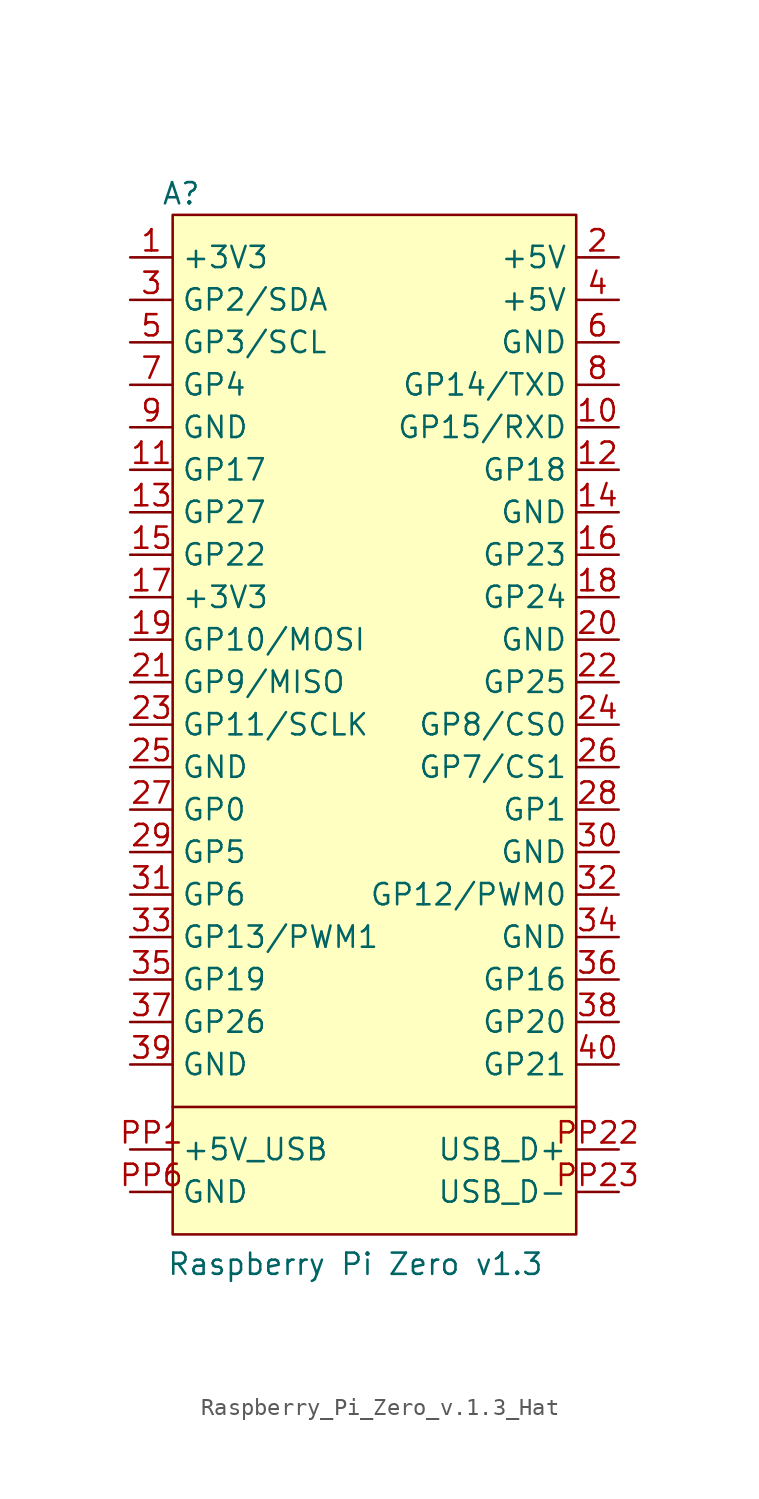
<source format=kicad_sym>
(kicad_symbol_lib
  (version 20231120)
  (generator "kicad_symbol_editor")
  (generator_version "8.0")
  (symbol "Raspberry_Pi_Zero_v.1.3_Hat"
    (property "Reference" "A"
      (at 3.048 3.81 0)
      (effects (font (size 1.27 1.27))))
    (property "Value" "Raspberry Pi Zero v1.3"
      (at 13.462 -60.198 0)
      (effects (font (size 1.27 1.27))))
    (symbol "Raspberry_Pi_Zero_v.1.3_Hat_1_1"
      (polyline (pts (xy 2.54 -50.8) (xy 26.67 -50.8)) (stroke (width 0) (type default)) (fill (type none)))
      (rectangle (start 2.54 2.54) (end 26.67 -58.42) (stroke (width 0) (type default)) (fill (type background)))
      (pin input line (at 0 0 0) (length 2.54) (name "+3V3" (effects (font (size 1.27 1.27)))) (number "1" (effects (font (size 1.27 1.27)))))
      (pin input line (at 29.21 -10.16 180) (length 2.54) (name "GP15/RXD" (effects (font (size 1.27 1.27)))) (number "10" (effects (font (size 1.27 1.27)))))
      (pin input line (at 0 -12.7 0) (length 2.54) (name "GP17" (effects (font (size 1.27 1.27)))) (number "11" (effects (font (size 1.27 1.27)))))
      (pin input line (at 29.21 -12.7 180) (length 2.54) (name "GP18" (effects (font (size 1.27 1.27)))) (number "12" (effects (font (size 1.27 1.27)))))
      (pin input line (at 0 -15.24 0) (length 2.54) (name "GP27" (effects (font (size 1.27 1.27)))) (number "13" (effects (font (size 1.27 1.27)))))
      (pin input line (at 29.21 -15.24 180) (length 2.54) (name "GND" (effects (font (size 1.27 1.27)))) (number "14" (effects (font (size 1.27 1.27)))))
      (pin input line (at 0 -17.78 0) (length 2.54) (name "GP22" (effects (font (size 1.27 1.27)))) (number "15" (effects (font (size 1.27 1.27)))))
      (pin input line (at 29.21 -17.78 180) (length 2.54) (name "GP23" (effects (font (size 1.27 1.27)))) (number "16" (effects (font (size 1.27 1.27)))))
      (pin input line (at 0 -20.32 0) (length 2.54) (name "+3V3" (effects (font (size 1.27 1.27)))) (number "17" (effects (font (size 1.27 1.27)))))
      (pin input line (at 29.21 -20.32 180) (length 2.54) (name "GP24" (effects (font (size 1.27 1.27)))) (number "18" (effects (font (size 1.27 1.27)))))
      (pin input line (at 0 -22.86 0) (length 2.54) (name "GP10/MOSI" (effects (font (size 1.27 1.27)))) (number "19" (effects (font (size 1.27 1.27)))))
      (pin input line (at 29.21 0 180) (length 2.54) (name "+5V" (effects (font (size 1.27 1.27)))) (number "2" (effects (font (size 1.27 1.27)))))
      (pin input line (at 29.21 -22.86 180) (length 2.54) (name "GND" (effects (font (size 1.27 1.27)))) (number "20" (effects (font (size 1.27 1.27)))))
      (pin input line (at 0 -25.4 0) (length 2.54) (name "GP9/MISO" (effects (font (size 1.27 1.27)))) (number "21" (effects (font (size 1.27 1.27)))))
      (pin input line (at 29.21 -25.4 180) (length 2.54) (name "GP25" (effects (font (size 1.27 1.27)))) (number "22" (effects (font (size 1.27 1.27)))))
      (pin input line (at 0 -27.94 0) (length 2.54) (name "GP11/SCLK" (effects (font (size 1.27 1.27)))) (number "23" (effects (font (size 1.27 1.27)))))
      (pin input line (at 29.21 -27.94 180) (length 2.54) (name "GP8/CS0" (effects (font (size 1.27 1.27)))) (number "24" (effects (font (size 1.27 1.27)))))
      (pin input line (at 0 -30.48 0) (length 2.54) (name "GND" (effects (font (size 1.27 1.27)))) (number "25" (effects (font (size 1.27 1.27)))))
      (pin input line (at 29.21 -30.48 180) (length 2.54) (name "GP7/CS1" (effects (font (size 1.27 1.27)))) (number "26" (effects (font (size 1.27 1.27)))))
      (pin input line (at 0 -33.02 0) (length 2.54) (name "GP0" (effects (font (size 1.27 1.27)))) (number "27" (effects (font (size 1.27 1.27)))))
      (pin input line (at 29.21 -33.02 180) (length 2.54) (name "GP1" (effects (font (size 1.27 1.27)))) (number "28" (effects (font (size 1.27 1.27)))))
      (pin input line (at 0 -35.56 0) (length 2.54) (name "GP5" (effects (font (size 1.27 1.27)))) (number "29" (effects (font (size 1.27 1.27)))))
      (pin input line (at 0 -2.54 0) (length 2.54) (name "GP2/SDA" (effects (font (size 1.27 1.27)))) (number "3" (effects (font (size 1.27 1.27)))))
      (pin input line (at 29.21 -35.56 180) (length 2.54) (name "GND" (effects (font (size 1.27 1.27)))) (number "30" (effects (font (size 1.27 1.27)))))
      (pin input line (at 0 -38.1 0) (length 2.54) (name "GP6" (effects (font (size 1.27 1.27)))) (number "31" (effects (font (size 1.27 1.27)))))
      (pin input line (at 29.21 -38.1 180) (length 2.54) (name "GP12/PWM0" (effects (font (size 1.27 1.27)))) (number "32" (effects (font (size 1.27 1.27)))))
      (pin input line (at 0 -40.64 0) (length 2.54) (name "GP13/PWM1" (effects (font (size 1.27 1.27)))) (number "33" (effects (font (size 1.27 1.27)))))
      (pin input line (at 29.21 -40.64 180) (length 2.54) (name "GND" (effects (font (size 1.27 1.27)))) (number "34" (effects (font (size 1.27 1.27)))))
      (pin input line (at 0 -43.18 0) (length 2.54) (name "GP19" (effects (font (size 1.27 1.27)))) (number "35" (effects (font (size 1.27 1.27)))))
      (pin input line (at 29.21 -43.18 180) (length 2.54) (name "GP16" (effects (font (size 1.27 1.27)))) (number "36" (effects (font (size 1.27 1.27)))))
      (pin input line (at 0 -45.72 0) (length 2.54) (name "GP26" (effects (font (size 1.27 1.27)))) (number "37" (effects (font (size 1.27 1.27)))))
      (pin input line (at 29.21 -45.72 180) (length 2.54) (name "GP20" (effects (font (size 1.27 1.27)))) (number "38" (effects (font (size 1.27 1.27)))))
      (pin input line (at 0 -48.26 0) (length 2.54) (name "GND" (effects (font (size 1.27 1.27)))) (number "39" (effects (font (size 1.27 1.27)))))
      (pin input line (at 29.21 -2.54 180) (length 2.54) (name "+5V" (effects (font (size 1.27 1.27)))) (number "4" (effects (font (size 1.27 1.27)))))
      (pin input line (at 29.21 -48.26 180) (length 2.54) (name "GP21" (effects (font (size 1.27 1.27)))) (number "40" (effects (font (size 1.27 1.27)))))
      (pin input line (at 0 -5.08 0) (length 2.54) (name "GP3/SCL" (effects (font (size 1.27 1.27)))) (number "5" (effects (font (size 1.27 1.27)))))
      (pin input line (at 29.21 -5.08 180) (length 2.54) (name "GND" (effects (font (size 1.27 1.27)))) (number "6" (effects (font (size 1.27 1.27)))))
      (pin input line (at 0 -7.62 0) (length 2.54) (name "GP4" (effects (font (size 1.27 1.27)))) (number "7" (effects (font (size 1.27 1.27)))))
      (pin input line (at 29.21 -7.62 180) (length 2.54) (name "GP14/TXD" (effects (font (size 1.27 1.27)))) (number "8" (effects (font (size 1.27 1.27)))))
      (pin input line (at 0 -10.16 0) (length 2.54) (name "GND" (effects (font (size 1.27 1.27)))) (number "9" (effects (font (size 1.27 1.27)))))
      (pin input line (at 0 -53.34 0) (length 2.54) (name "+5V_USB" (effects (font (size 1.27 1.27)))) (number "PP1" (effects (font (size 1.27 1.27)))))
      (pin input line (at 29.21 -53.34 180) (length 2.54) (name "USB_D+" (effects (font (size 1.27 1.27)))) (number "PP22" (effects (font (size 1.27 1.27)))))
      (pin input line (at 29.21 -55.88 180) (length 2.54) (name "USB_D-" (effects (font (size 1.27 1.27)))) (number "PP23" (effects (font (size 1.27 1.27)))))
      (pin input line (at 0 -55.88 0) (length 2.54) (name "GND" (effects (font (size 1.27 1.27)))) (number "PP6" (effects (font (size 1.27 1.27))))))))
</source>
